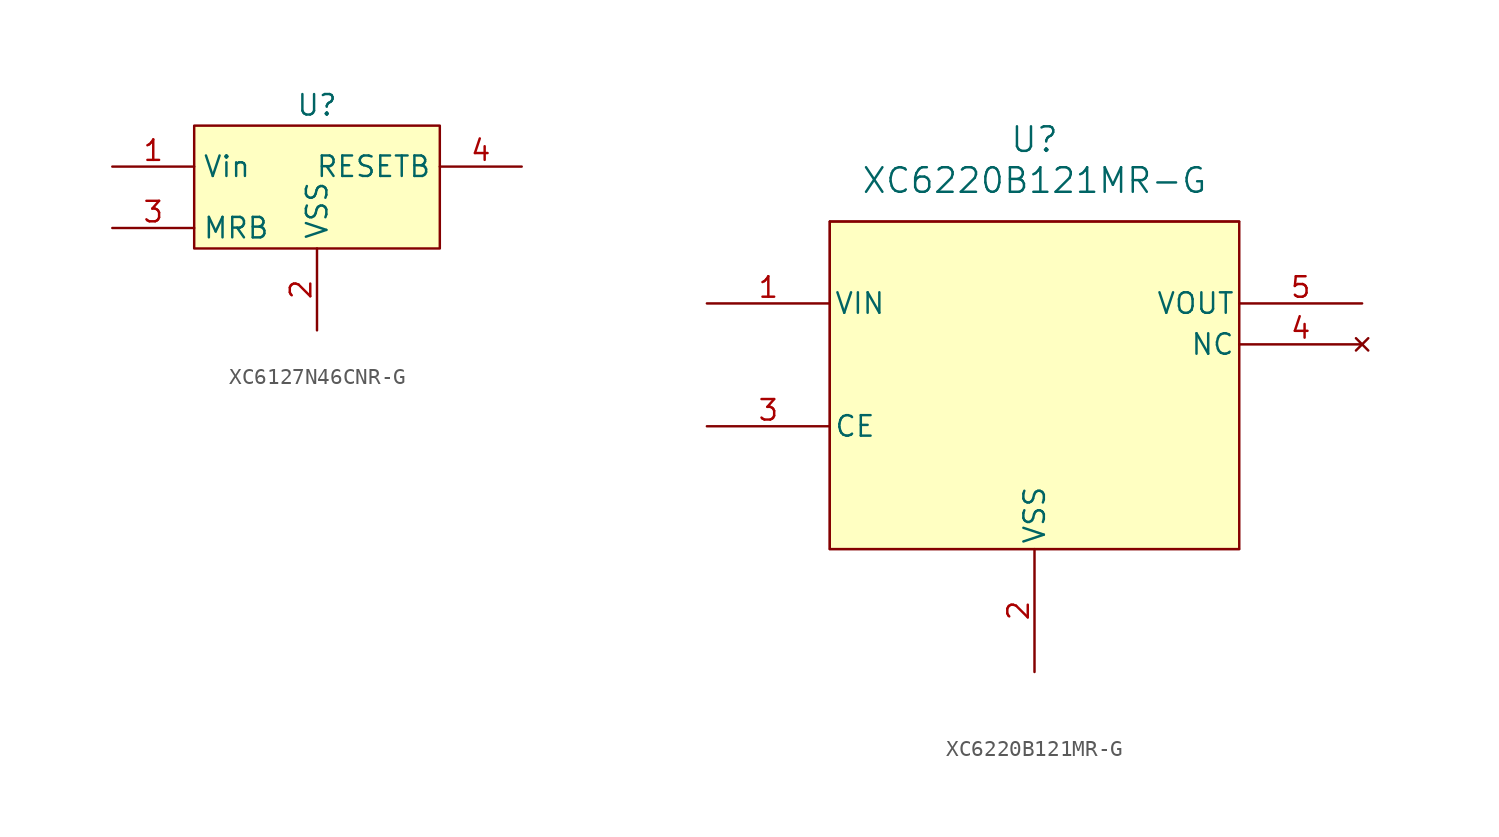
<source format=kicad_sym>
(kicad_symbol_lib
  (version 20241209)
  (generator "kicad_symbol_editor")
  (generator_version "9.0")
  (symbol "XC6127N46CNR-G"
    (property "Reference" "U"
      (at 0 0 0)
      (effects (font (size 1.27 1.27))))
    (property "Value" ""
      (at 0 0 0)
      (effects (font (size 1.27 1.27))))
    (symbol "XC6127N46CNR-G_1_1"
      (rectangle (start -7.62 -1.27) (end 7.62 -8.89) (stroke (width 0) (type default)) (fill (type background)))
      (pin input line (at -12.7 -3.81 0) (length 5.08) (name "Vin" (effects (font (size 1.27 1.27)))) (number "1" (effects (font (size 1.27 1.27)))))
      (pin input line (at -12.7 -7.62 0) (length 5.08) (name "MRB" (effects (font (size 1.27 1.27)))) (number "3" (effects (font (size 1.27 1.27)))))
      (pin input line (at 0 -13.97 90) (length 5.08) (name "VSS" (effects (font (size 1.27 1.27)))) (number "2" (effects (font (size 1.27 1.27)))))
      (pin output line (at 12.7 -3.81 180) (length 5.08) (name "RESETB" (effects (font (size 1.27 1.27)))) (number "4" (effects (font (size 1.27 1.27)))))))
  (symbol "XC6220B121MR-G"
    (pin_names
      (offset 0.254))
    (property "Reference" "U"
      (at 20.32 10.16 0)
      (effects (font (size 1.524 1.524))))
    (property "Value" "XC6220B121MR-G"
      (at 20.32 7.62 0)
      (effects (font (size 1.524 1.524))))
    (property "ki_locked" ""
      (at 0 0 0)
      (effects (font (size 1.27 1.27))))
    (symbol "XC6220B121MR-G_0_1"
      (polyline (pts (xy 7.62 5.08) (xy 7.62 -15.24)) (stroke (width 0.127) (type default)) (fill (type none)))
      (polyline (pts (xy 7.62 -15.24) (xy 33.02 -15.24)) (stroke (width 0.127) (type default)) (fill (type none)))
      (polyline (pts (xy 33.02 5.08) (xy 7.62 5.08)) (stroke (width 0.127) (type default)) (fill (type none)))
      (pin power_in line (at 0 0 0) (length 7.62) (name "VIN" (effects (font (size 1.27 1.27)))) (number "1" (effects (font (size 1.27 1.27)))))
      (pin unspecified line (at 0 -7.62 0) (length 7.62) (name "CE" (effects (font (size 1.27 1.27)))) (number "3" (effects (font (size 1.27 1.27)))))
      (pin power_out line (at 20.32 -22.86 90) (length 7.62) (name "VSS" (effects (font (size 1.27 1.27)))) (number "2" (effects (font (size 1.27 1.27)))))
      (pin output line (at 40.64 0 180) (length 7.62) (name "VOUT" (effects (font (size 1.27 1.27)))) (number "5" (effects (font (size 1.27 1.27)))))
      (pin no_connect line (at 40.64 -2.54 180) (length 7.62) (name "NC" (effects (font (size 1.27 1.27)))) (number "4" (effects (font (size 1.27 1.27))))))
    (symbol "XC6220B121MR-G_1_1"
      (rectangle (start 7.62 5.08) (end 33.02 -15.24) (stroke (width 0) (type default)) (fill (type background))))))
</source>
